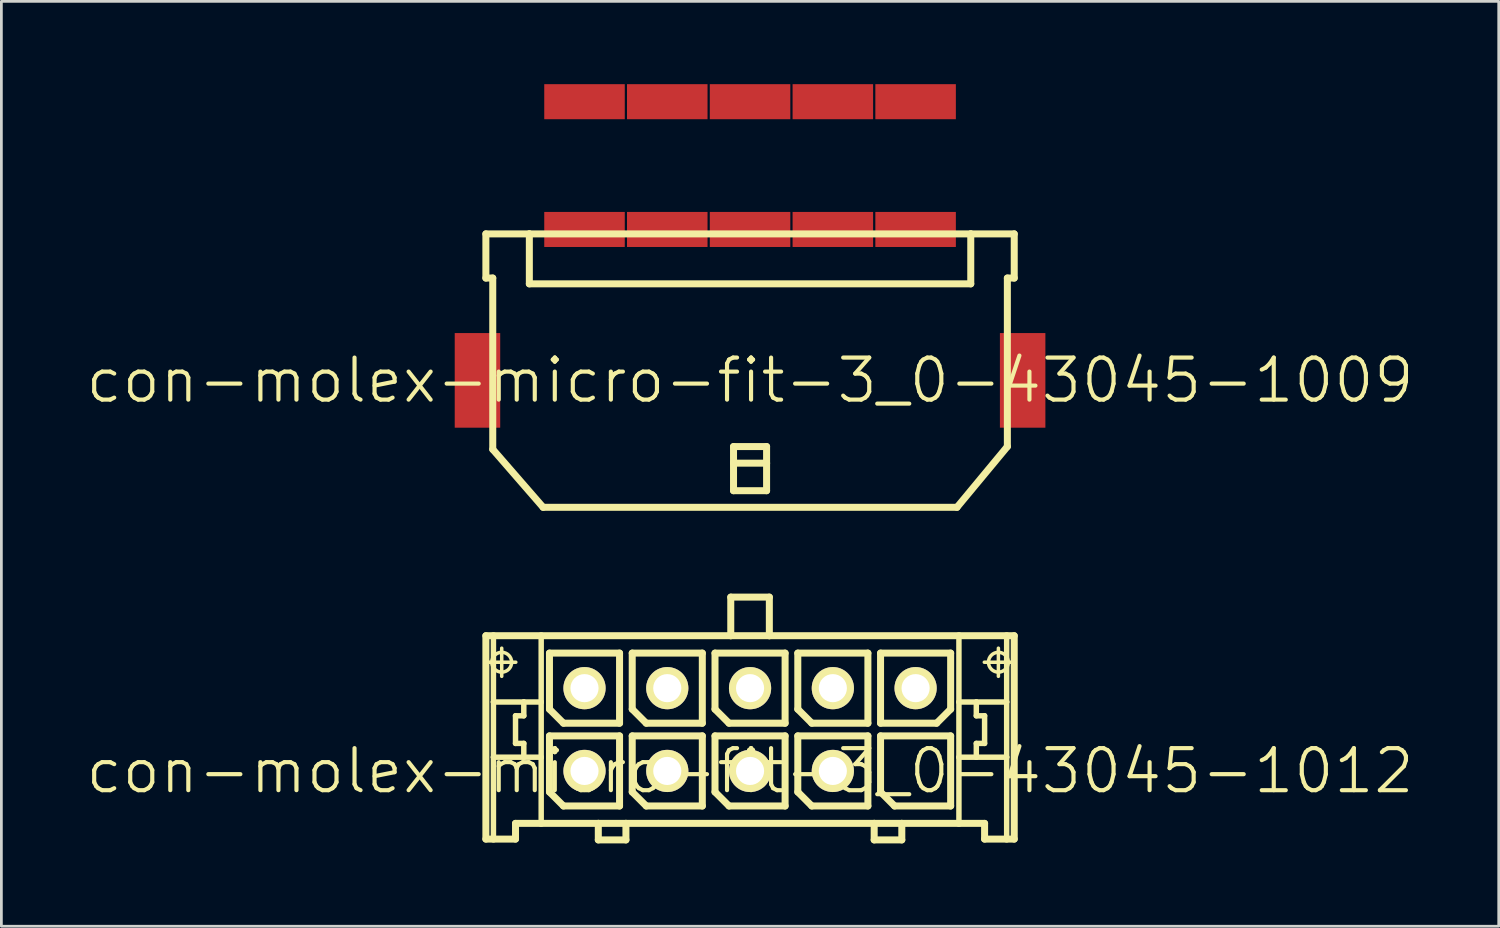
<source format=kicad_pcb>
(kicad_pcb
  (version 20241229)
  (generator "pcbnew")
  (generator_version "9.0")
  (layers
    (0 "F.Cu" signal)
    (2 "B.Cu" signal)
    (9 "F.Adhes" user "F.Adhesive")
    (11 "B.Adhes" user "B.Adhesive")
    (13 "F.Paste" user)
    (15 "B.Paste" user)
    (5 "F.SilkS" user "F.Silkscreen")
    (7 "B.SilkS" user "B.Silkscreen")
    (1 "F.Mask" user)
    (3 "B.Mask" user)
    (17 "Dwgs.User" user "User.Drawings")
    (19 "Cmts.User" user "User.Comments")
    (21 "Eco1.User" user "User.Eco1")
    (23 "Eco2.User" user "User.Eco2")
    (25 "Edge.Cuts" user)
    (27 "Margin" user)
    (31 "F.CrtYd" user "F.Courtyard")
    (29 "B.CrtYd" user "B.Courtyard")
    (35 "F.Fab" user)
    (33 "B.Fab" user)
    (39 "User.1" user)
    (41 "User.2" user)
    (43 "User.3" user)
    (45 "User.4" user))
  (footprint "con-molex-micro-fit-3_0-43045-1009"
    (layer "F.Cu")
    (at 24.13 10.734)
    (property "Reference" "con-molex-micro-fit-3_0-43045-1009" (at 0 0 0) (layer "F.SilkS") (effects (font (size 1.524 1.524) (thickness 0.15))))
    (attr smd)
    (fp_line (start -9.573 -5.309) (end -9.573 -3.708) (stroke (width 0.254) (type solid)) (layer "F.SilkS"))
    (fp_line (start -9.573 -3.708) (end -9.324 -3.708) (stroke (width 0.254) (type solid)) (layer "F.SilkS"))
    (fp_line (start -9.324 2.499) (end -9.324 -3.708) (stroke (width 0.254) (type solid)) (layer "F.SilkS"))
    (fp_line (start -9.324 2.499) (end -7.498 4.6) (stroke (width 0.254) (type solid)) (layer "F.SilkS"))
    (fp_line (start -7.998 -5.309) (end -9.573 -5.309) (stroke (width 0.254) (type solid)) (layer "F.SilkS"))
    (fp_line (start -7.998 -5.309) (end -7.998 -3.498) (stroke (width 0.254) (type solid)) (layer "F.SilkS"))
    (fp_line (start -7.998 -5.309) (end 7.998 -5.309) (stroke (width 0.254) (type solid)) (layer "F.SilkS"))
    (fp_line (start -7.998 -3.498) (end 7.998 -3.498) (stroke (width 0.254) (type solid)) (layer "F.SilkS"))
    (fp_line (start -4.829 -5.309) (end -7.998 -5.309) (stroke (width 0.127) (type solid)) (layer "F.SilkS"))
    (fp_line (start -4.823 -5.309) (end -7.998 -5.309) (stroke (width 0.127) (type solid)) (layer "F.SilkS"))
    (fp_line (start -0.599 2.398) (end 0.599 2.398) (stroke (width 0.254) (type solid)) (layer "F.SilkS"))
    (fp_line (start -0.599 3) (end -0.599 2.398) (stroke (width 0.254) (type solid)) (layer "F.SilkS"))
    (fp_line (start -0.599 3) (end 0.599 3) (stroke (width 0.254) (type solid)) (layer "F.SilkS"))
    (fp_line (start -0.599 3.998) (end -0.599 3) (stroke (width 0.254) (type solid)) (layer "F.SilkS"))
    (fp_line (start 0.599 2.398) (end 0.599 3) (stroke (width 0.254) (type solid)) (layer "F.SilkS"))
    (fp_line (start 0.599 3) (end 0.599 3.998) (stroke (width 0.254) (type solid)) (layer "F.SilkS"))
    (fp_line (start 0.599 3.998) (end -0.599 3.998) (stroke (width 0.254) (type solid)) (layer "F.SilkS"))
    (fp_line (start 7.498 4.6) (end -7.498 4.6) (stroke (width 0.254) (type solid)) (layer "F.SilkS"))
    (fp_line (start 7.998 -5.309) (end 9.573 -5.309) (stroke (width 0.254) (type solid)) (layer "F.SilkS"))
    (fp_line (start 7.998 -3.498) (end 7.998 -5.309) (stroke (width 0.254) (type solid)) (layer "F.SilkS"))
    (fp_line (start 9.324 -3.708) (end 9.324 2.398) (stroke (width 0.254) (type solid)) (layer "F.SilkS"))
    (fp_line (start 9.324 2.398) (end 7.498 4.6) (stroke (width 0.254) (type solid)) (layer "F.SilkS"))
    (fp_line (start 9.573 -5.309) (end 9.573 -3.708) (stroke (width 0.254) (type solid)) (layer "F.SilkS"))
    (fp_line (start 9.573 -3.708) (end 9.324 -3.708) (stroke (width 0.254) (type solid)) (layer "F.SilkS"))
    (pad "P$1" smd rect (at 5.999 -5.469) (size 2.918 1.27) (layers "F.Cu" "F.Mask" "F.Paste"))
    (pad "P$2" smd rect (at 3 -5.469) (size 2.918 1.27) (layers "F.Cu" "F.Mask" "F.Paste"))
    (pad "P$3" smd rect (at 0 -5.469) (size 2.918 1.27) (layers "F.Cu" "F.Mask" "F.Paste"))
    (pad "P$4" smd rect (at -3 -5.469) (size 2.918 1.27) (layers "F.Cu" "F.Mask" "F.Paste"))
    (pad "P$5" smd rect (at -5.999 -5.469) (size 2.918 1.27) (layers "F.Cu" "F.Mask" "F.Paste"))
    (pad "P$6" smd rect (at 5.999 -10.099) (size 2.918 1.27) (layers "F.Cu" "F.Mask" "F.Paste"))
    (pad "P$7" smd rect (at 3 -10.099) (size 2.918 1.27) (layers "F.Cu" "F.Mask" "F.Paste"))
    (pad "P$8" smd rect (at 0 -10.099) (size 2.918 1.27) (layers "F.Cu" "F.Mask" "F.Paste"))
    (pad "P$9" smd rect (at -3 -10.099) (size 2.918 1.27) (layers "F.Cu" "F.Mask" "F.Paste"))
    (pad "P$10" smd rect (at -5.999 -10.099) (size 2.918 1.27) (layers "F.Cu" "F.Mask" "F.Paste"))
    (pad "TAB1" smd rect (at -9.878 0) (size 1.648 3.429) (layers "F.Cu" "F.Mask" "F.Paste"))
    (pad "TAB2" smd rect (at 9.878 0) (size 1.648 3.429) (layers "F.Cu" "F.Mask" "F.Paste")))
  (footprint "con-molex-micro-fit-3_0-43045-1012"
    (layer "F.Cu")
    (at 24.13 24.887)
    (property "Reference" "con-molex-micro-fit-3_0-43045-1012" (at 0 0 0) (layer "F.SilkS") (effects (font (size 1.524 1.524) (thickness 0.15))))
    (attr exclude_from_pos_files exclude_from_bom)
    (fp_line (start -9.573 -4.9) (end -9.299 -4.9) (stroke (width 0.254) (type solid)) (layer "F.SilkS"))
    (fp_line (start -9.573 2.469) (end -9.573 -4.9) (stroke (width 0.254) (type solid)) (layer "F.SilkS"))
    (fp_line (start -9.51 -3.94) (end -8.489 -3.94) (stroke (width 0.127) (type solid)) (layer "F.SilkS"))
    (fp_line (start -9.299 -4.9) (end -7.569 -4.9) (stroke (width 0.254) (type solid)) (layer "F.SilkS"))
    (fp_line (start -9.299 -2.499) (end -9.299 -4.9) (stroke (width 0.198) (type solid)) (layer "F.SilkS"))
    (fp_line (start -9.299 -0.498) (end -9.299 -2.499) (stroke (width 0.198) (type solid)) (layer "F.SilkS"))
    (fp_line (start -9.299 2.469) (end -9.573 2.469) (stroke (width 0.254) (type solid)) (layer "F.SilkS"))
    (fp_line (start -9.299 2.469) (end -9.299 -0.498) (stroke (width 0.198) (type solid)) (layer "F.SilkS"))
    (fp_line (start -8.999 -3.429) (end -8.999 -4.448) (stroke (width 0.127) (type solid)) (layer "F.SilkS"))
    (fp_line (start -8.499 -1.999) (end -8.499 -0.998) (stroke (width 0.198) (type solid)) (layer "F.SilkS"))
    (fp_line (start -8.499 -0.998) (end -8.199 -0.998) (stroke (width 0.198) (type solid)) (layer "F.SilkS"))
    (fp_line (start -8.499 1.9) (end -8.499 2.469) (stroke (width 0.254) (type solid)) (layer "F.SilkS"))
    (fp_line (start -8.499 2.469) (end -9.299 2.469) (stroke (width 0.254) (type solid)) (layer "F.SilkS"))
    (fp_line (start -8.199 -2.499) (end -9.299 -2.499) (stroke (width 0.198) (type solid)) (layer "F.SilkS"))
    (fp_line (start -8.199 -2.499) (end -8.199 -1.999) (stroke (width 0.198) (type solid)) (layer "F.SilkS"))
    (fp_line (start -8.199 -1.999) (end -8.499 -1.999) (stroke (width 0.198) (type solid)) (layer "F.SilkS"))
    (fp_line (start -8.199 -0.998) (end -8.199 -0.498) (stroke (width 0.198) (type solid)) (layer "F.SilkS"))
    (fp_line (start -8.199 -0.498) (end -9.299 -0.498) (stroke (width 0.198) (type solid)) (layer "F.SilkS"))
    (fp_line (start -7.569 -4.9) (end -0.699 -4.9) (stroke (width 0.254) (type solid)) (layer "F.SilkS"))
    (fp_line (start -7.569 -2.499) (end -8.199 -2.499) (stroke (width 0.198) (type solid)) (layer "F.SilkS"))
    (fp_line (start -7.569 -2.499) (end -7.569 -4.9) (stroke (width 0.198) (type solid)) (layer "F.SilkS"))
    (fp_line (start -7.569 -0.498) (end -8.199 -0.498) (stroke (width 0.198) (type solid)) (layer "F.SilkS"))
    (fp_line (start -7.569 -0.498) (end -7.569 -2.499) (stroke (width 0.198) (type solid)) (layer "F.SilkS"))
    (fp_line (start -7.569 1.9) (end -8.499 1.9) (stroke (width 0.254) (type solid)) (layer "F.SilkS"))
    (fp_line (start -7.569 1.9) (end -7.569 -0.498) (stroke (width 0.198) (type solid)) (layer "F.SilkS"))
    (fp_line (start -7.269 -4.27) (end -4.729 -4.27) (stroke (width 0.254) (type solid)) (layer "F.SilkS"))
    (fp_line (start -7.269 -2.238) (end -7.269 -4.27) (stroke (width 0.254) (type solid)) (layer "F.SilkS"))
    (fp_line (start -7.269 -1.27) (end -4.729 -1.27) (stroke (width 0.254) (type solid)) (layer "F.SilkS"))
    (fp_line (start -7.269 0.762) (end -7.269 -1.27) (stroke (width 0.254) (type solid)) (layer "F.SilkS"))
    (fp_line (start -6.761 -1.73) (end -7.269 -2.238) (stroke (width 0.254) (type solid)) (layer "F.SilkS"))
    (fp_line (start -6.761 1.27) (end -7.269 0.762) (stroke (width 0.254) (type solid)) (layer "F.SilkS"))
    (fp_line (start -5.499 1.9) (end -7.569 1.9) (stroke (width 0.254) (type solid)) (layer "F.SilkS"))
    (fp_line (start -5.499 1.9) (end -5.499 2.499) (stroke (width 0.254) (type solid)) (layer "F.SilkS"))
    (fp_line (start -5.499 2.499) (end -4.498 2.499) (stroke (width 0.254) (type solid)) (layer "F.SilkS"))
    (fp_line (start -4.729 -4.27) (end -4.729 -1.73) (stroke (width 0.254) (type solid)) (layer "F.SilkS"))
    (fp_line (start -4.729 -1.73) (end -6.761 -1.73) (stroke (width 0.254) (type solid)) (layer "F.SilkS"))
    (fp_line (start -4.729 -1.27) (end -4.729 1.27) (stroke (width 0.254) (type solid)) (layer "F.SilkS"))
    (fp_line (start -4.729 1.27) (end -6.761 1.27) (stroke (width 0.254) (type solid)) (layer "F.SilkS"))
    (fp_line (start -4.498 1.9) (end -5.499 1.9) (stroke (width 0.254) (type solid)) (layer "F.SilkS"))
    (fp_line (start -4.498 2.499) (end -4.498 1.9) (stroke (width 0.254) (type solid)) (layer "F.SilkS"))
    (fp_line (start -4.27 -4.27) (end -1.73 -4.27) (stroke (width 0.254) (type solid)) (layer "F.SilkS"))
    (fp_line (start -4.27 -2.238) (end -4.27 -4.27) (stroke (width 0.254) (type solid)) (layer "F.SilkS"))
    (fp_line (start -4.27 -1.27) (end -1.73 -1.27) (stroke (width 0.254) (type solid)) (layer "F.SilkS"))
    (fp_line (start -4.27 0.762) (end -4.27 -1.27) (stroke (width 0.254) (type solid)) (layer "F.SilkS"))
    (fp_line (start -3.762 -1.73) (end -4.27 -2.238) (stroke (width 0.254) (type solid)) (layer "F.SilkS"))
    (fp_line (start -3.762 1.27) (end -4.27 0.762) (stroke (width 0.254) (type solid)) (layer "F.SilkS"))
    (fp_line (start -1.73 -4.27) (end -1.73 -1.73) (stroke (width 0.254) (type solid)) (layer "F.SilkS"))
    (fp_line (start -1.73 -1.73) (end -3.762 -1.73) (stroke (width 0.254) (type solid)) (layer "F.SilkS"))
    (fp_line (start -1.73 -1.27) (end -1.73 1.27) (stroke (width 0.254) (type solid)) (layer "F.SilkS"))
    (fp_line (start -1.73 1.27) (end -3.762 1.27) (stroke (width 0.254) (type solid)) (layer "F.SilkS"))
    (fp_line (start -1.27 -4.27) (end 1.27 -4.27) (stroke (width 0.254) (type solid)) (layer "F.SilkS"))
    (fp_line (start -1.27 -2.238) (end -1.27 -4.27) (stroke (width 0.254) (type solid)) (layer "F.SilkS"))
    (fp_line (start -1.27 -1.27) (end 1.27 -1.27) (stroke (width 0.254) (type solid)) (layer "F.SilkS"))
    (fp_line (start -1.27 0.762) (end -1.27 -1.27) (stroke (width 0.254) (type solid)) (layer "F.SilkS"))
    (fp_line (start -0.762 -1.73) (end -1.27 -2.238) (stroke (width 0.254) (type solid)) (layer "F.SilkS"))
    (fp_line (start -0.762 1.27) (end -1.27 0.762) (stroke (width 0.254) (type solid)) (layer "F.SilkS"))
    (fp_line (start -0.699 -6.299) (end -0.699 -4.9) (stroke (width 0.254) (type solid)) (layer "F.SilkS"))
    (fp_line (start -0.699 -6.299) (end 0.699 -6.299) (stroke (width 0.254) (type solid)) (layer "F.SilkS"))
    (fp_line (start -0.699 -4.9) (end 0.699 -4.9) (stroke (width 0.254) (type solid)) (layer "F.SilkS"))
    (fp_line (start 0.699 -6.299) (end 0.699 -4.9) (stroke (width 0.254) (type solid)) (layer "F.SilkS"))
    (fp_line (start 0.699 -4.9) (end 7.569 -4.9) (stroke (width 0.254) (type solid)) (layer "F.SilkS"))
    (fp_line (start 1.27 -4.27) (end 1.27 -1.73) (stroke (width 0.254) (type solid)) (layer "F.SilkS"))
    (fp_line (start 1.27 -1.73) (end -0.762 -1.73) (stroke (width 0.254) (type solid)) (layer "F.SilkS"))
    (fp_line (start 1.27 -1.27) (end 1.27 1.27) (stroke (width 0.254) (type solid)) (layer "F.SilkS"))
    (fp_line (start 1.27 1.27) (end -0.762 1.27) (stroke (width 0.254) (type solid)) (layer "F.SilkS"))
    (fp_line (start 1.73 -4.27) (end 4.27 -4.27) (stroke (width 0.254) (type solid)) (layer "F.SilkS"))
    (fp_line (start 1.73 -2.238) (end 1.73 -4.27) (stroke (width 0.254) (type solid)) (layer "F.SilkS"))
    (fp_line (start 1.73 -1.27) (end 4.27 -1.27) (stroke (width 0.254) (type solid)) (layer "F.SilkS"))
    (fp_line (start 1.73 0.762) (end 1.73 -1.27) (stroke (width 0.254) (type solid)) (layer "F.SilkS"))
    (fp_line (start 2.238 -1.73) (end 1.73 -2.238) (stroke (width 0.254) (type solid)) (layer "F.SilkS"))
    (fp_line (start 2.238 1.27) (end 1.73 0.762) (stroke (width 0.254) (type solid)) (layer "F.SilkS"))
    (fp_line (start 4.27 -4.27) (end 4.27 -1.73) (stroke (width 0.254) (type solid)) (layer "F.SilkS"))
    (fp_line (start 4.27 -1.73) (end 2.238 -1.73) (stroke (width 0.254) (type solid)) (layer "F.SilkS"))
    (fp_line (start 4.27 -1.27) (end 4.27 1.27) (stroke (width 0.254) (type solid)) (layer "F.SilkS"))
    (fp_line (start 4.27 1.27) (end 2.238 1.27) (stroke (width 0.254) (type solid)) (layer "F.SilkS"))
    (fp_line (start 4.498 1.9) (end -4.498 1.9) (stroke (width 0.254) (type solid)) (layer "F.SilkS"))
    (fp_line (start 4.498 1.9) (end 4.498 2.499) (stroke (width 0.254) (type solid)) (layer "F.SilkS"))
    (fp_line (start 4.498 2.499) (end 5.499 2.499) (stroke (width 0.254) (type solid)) (layer "F.SilkS"))
    (fp_line (start 4.729 -4.27) (end 4.729 -1.73) (stroke (width 0.254) (type solid)) (layer "F.SilkS"))
    (fp_line (start 4.729 -1.73) (end 6.761 -1.73) (stroke (width 0.254) (type solid)) (layer "F.SilkS"))
    (fp_line (start 4.729 -1.27) (end 7.269 -1.27) (stroke (width 0.254) (type solid)) (layer "F.SilkS"))
    (fp_line (start 4.729 0.762) (end 4.729 -1.27) (stroke (width 0.254) (type solid)) (layer "F.SilkS"))
    (fp_line (start 5.237 1.27) (end 4.729 0.762) (stroke (width 0.254) (type solid)) (layer "F.SilkS"))
    (fp_line (start 5.499 1.9) (end 4.498 1.9) (stroke (width 0.254) (type solid)) (layer "F.SilkS"))
    (fp_line (start 5.499 2.499) (end 5.499 1.9) (stroke (width 0.254) (type solid)) (layer "F.SilkS"))
    (fp_line (start 6.761 -1.73) (end 7.269 -2.238) (stroke (width 0.254) (type solid)) (layer "F.SilkS"))
    (fp_line (start 7.269 -4.27) (end 4.729 -4.27) (stroke (width 0.254) (type solid)) (layer "F.SilkS"))
    (fp_line (start 7.269 -2.238) (end 7.269 -4.27) (stroke (width 0.254) (type solid)) (layer "F.SilkS"))
    (fp_line (start 7.269 -1.27) (end 7.269 1.27) (stroke (width 0.254) (type solid)) (layer "F.SilkS"))
    (fp_line (start 7.269 1.27) (end 5.237 1.27) (stroke (width 0.254) (type solid)) (layer "F.SilkS"))
    (fp_line (start 7.569 -4.9) (end 7.569 -2.499) (stroke (width 0.198) (type solid)) (layer "F.SilkS"))
    (fp_line (start 7.569 -4.9) (end 9.299 -4.9) (stroke (width 0.254) (type solid)) (layer "F.SilkS"))
    (fp_line (start 7.569 -2.499) (end 7.569 -0.498) (stroke (width 0.198) (type solid)) (layer "F.SilkS"))
    (fp_line (start 7.569 -2.499) (end 8.199 -2.499) (stroke (width 0.198) (type solid)) (layer "F.SilkS"))
    (fp_line (start 7.569 -0.498) (end 7.569 1.9) (stroke (width 0.198) (type solid)) (layer "F.SilkS"))
    (fp_line (start 7.569 -0.498) (end 8.199 -0.498) (stroke (width 0.198) (type solid)) (layer "F.SilkS"))
    (fp_line (start 7.569 1.9) (end 5.499 1.9) (stroke (width 0.254) (type solid)) (layer "F.SilkS"))
    (fp_line (start 8.199 -2.499) (end 8.199 -1.999) (stroke (width 0.198) (type solid)) (layer "F.SilkS"))
    (fp_line (start 8.199 -2.499) (end 9.299 -2.499) (stroke (width 0.198) (type solid)) (layer "F.SilkS"))
    (fp_line (start 8.199 -1.999) (end 8.499 -1.999) (stroke (width 0.198) (type solid)) (layer "F.SilkS"))
    (fp_line (start 8.199 -0.998) (end 8.199 -0.498) (stroke (width 0.198) (type solid)) (layer "F.SilkS"))
    (fp_line (start 8.199 -0.498) (end 9.299 -0.498) (stroke (width 0.198) (type solid)) (layer "F.SilkS"))
    (fp_line (start 8.489 -3.94) (end 9.51 -3.94) (stroke (width 0.127) (type solid)) (layer "F.SilkS"))
    (fp_line (start 8.499 -1.999) (end 8.499 -0.998) (stroke (width 0.198) (type solid)) (layer "F.SilkS"))
    (fp_line (start 8.499 -0.998) (end 8.199 -0.998) (stroke (width 0.198) (type solid)) (layer "F.SilkS"))
    (fp_line (start 8.499 1.9) (end 7.569 1.9) (stroke (width 0.254) (type solid)) (layer "F.SilkS"))
    (fp_line (start 8.499 2.469) (end 8.499 1.9) (stroke (width 0.254) (type solid)) (layer "F.SilkS"))
    (fp_line (start 8.499 2.469) (end 9.299 2.469) (stroke (width 0.254) (type solid)) (layer "F.SilkS"))
    (fp_line (start 8.999 -3.429) (end 8.999 -4.448) (stroke (width 0.127) (type solid)) (layer "F.SilkS"))
    (fp_line (start 9.299 -4.9) (end 9.573 -4.9) (stroke (width 0.254) (type solid)) (layer "F.SilkS"))
    (fp_line (start 9.299 -2.499) (end 9.299 -4.9) (stroke (width 0.198) (type solid)) (layer "F.SilkS"))
    (fp_line (start 9.299 -0.498) (end 9.299 -2.499) (stroke (width 0.198) (type solid)) (layer "F.SilkS"))
    (fp_line (start 9.299 2.469) (end 9.299 -0.498) (stroke (width 0.198) (type solid)) (layer "F.SilkS"))
    (fp_line (start 9.299 2.469) (end 9.573 2.469) (stroke (width 0.254) (type solid)) (layer "F.SilkS"))
    (fp_line (start 9.573 -4.9) (end 9.573 2.469) (stroke (width 0.254) (type solid)) (layer "F.SilkS"))
    (fp_circle (center -8.999 -3.94) (end -9.253 -4.194) (stroke (width 0.127) (type solid)) (fill no) (layer "F.SilkS"))
    (fp_circle (center 8.999 -3.94) (end 9.253 -4.194) (stroke (width 0.127) (type solid)) (fill no) (layer "F.SilkS"))
    (pad "P$1" thru_hole rect (at 5.999 0) (size 0.001 0.001) (drill 1.019) (layers "*.Cu" "F.Mask" "F.SilkS" "F.Paste"))
    (pad "P$2" thru_hole circle (at 3 0) (size 1.529 1.529) (drill 1.019) (layers "*.Cu" "F.Mask" "F.SilkS" "F.Paste"))
    (pad "P$3" thru_hole circle (at 0 0) (size 1.529 1.529) (drill 1.019) (layers "*.Cu" "F.Mask" "F.SilkS" "F.Paste"))
    (pad "P$4" thru_hole circle (at -3 0) (size 1.529 1.529) (drill 1.019) (layers "*.Cu" "F.Mask" "F.SilkS" "F.Paste"))
    (pad "P$5" thru_hole circle (at -5.999 0) (size 1.529 1.529) (drill 1.019) (layers "*.Cu" "F.Mask" "F.SilkS" "F.Paste"))
    (pad "P$6" thru_hole circle (at 5.999 -3) (size 1.529 1.529) (drill 1.019) (layers "*.Cu" "F.Mask" "F.SilkS" "F.Paste"))
    (pad "P$7" thru_hole circle (at 3 -3) (size 1.529 1.529) (drill 1.019) (layers "*.Cu" "F.Mask" "F.SilkS" "F.Paste"))
    (pad "P$8" thru_hole circle (at 0 -3) (size 1.529 1.529) (drill 1.019) (layers "*.Cu" "F.Mask" "F.SilkS" "F.Paste"))
    (pad "P$9" thru_hole circle (at -3 -3) (size 1.529 1.529) (drill 1.019) (layers "*.Cu" "F.Mask" "F.SilkS" "F.Paste"))
    (pad "P$10" thru_hole circle (at -5.999 -3) (size 1.529 1.529) (drill 1.019) (layers "*.Cu" "F.Mask" "F.SilkS" "F.Paste")))
  (gr_rect
    (start -3 -3)
    (end 51.26 30.514)
    (stroke (width 0.1) (type default))
    (fill no)
    (layer "Edge.Cuts")))
</source>
